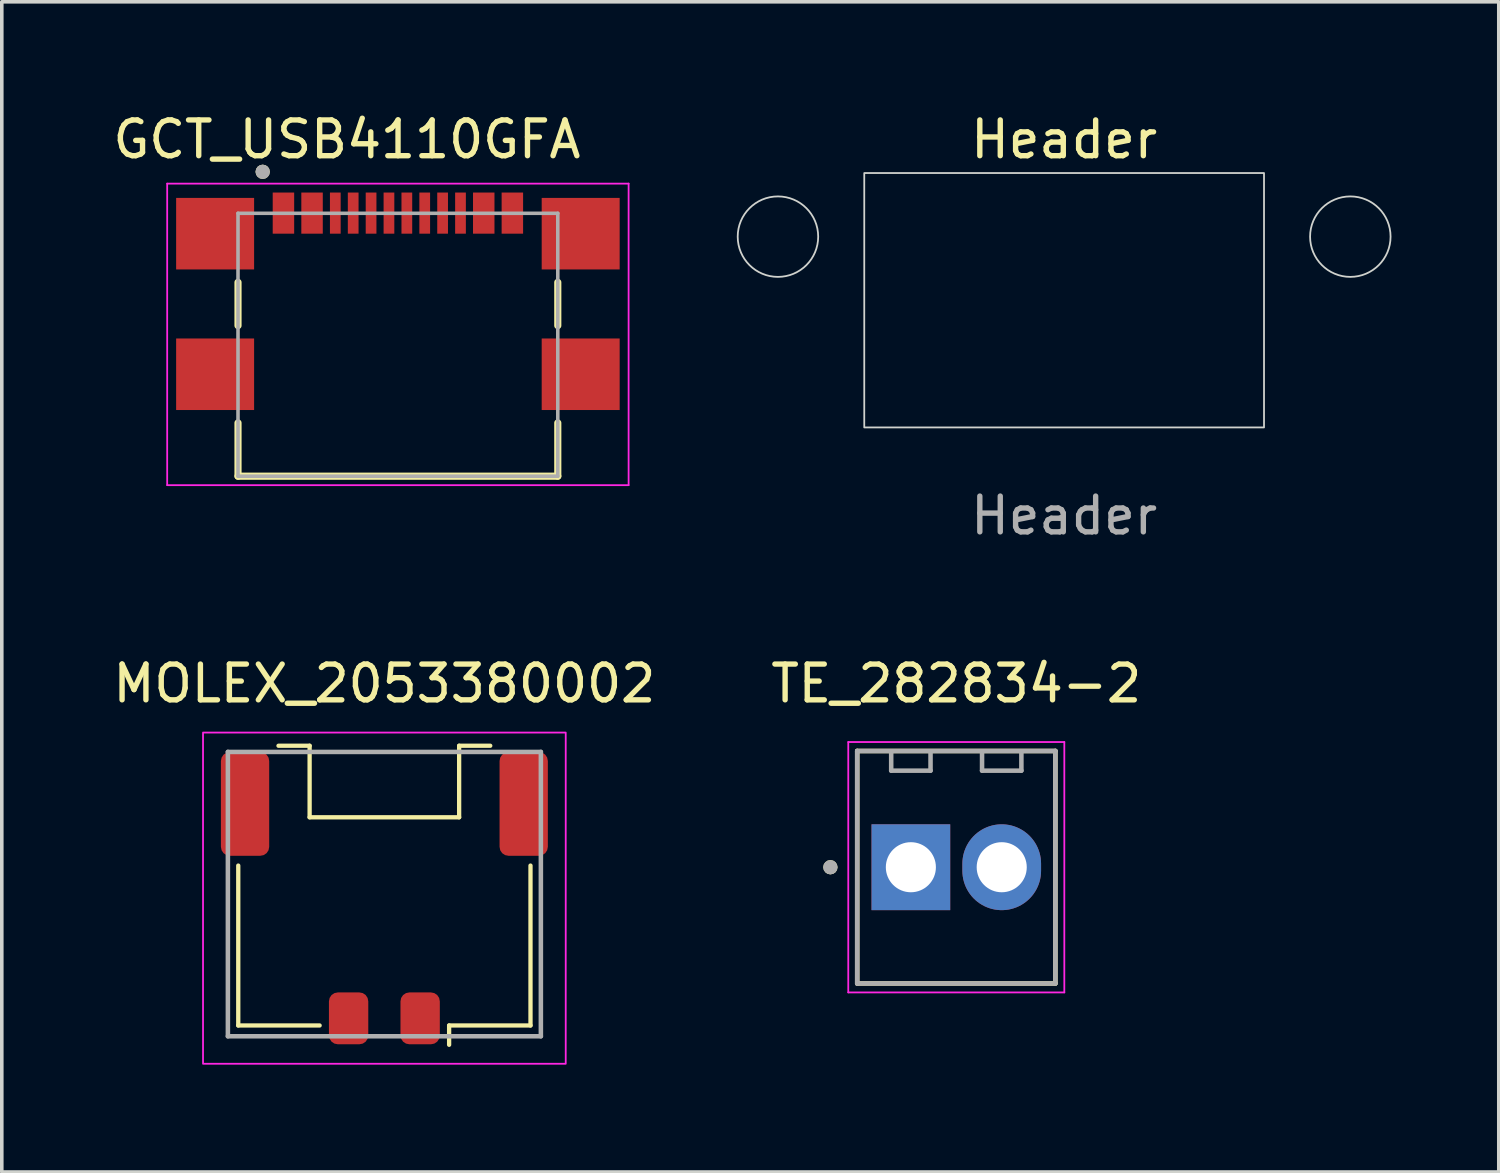
<source format=kicad_pcb>
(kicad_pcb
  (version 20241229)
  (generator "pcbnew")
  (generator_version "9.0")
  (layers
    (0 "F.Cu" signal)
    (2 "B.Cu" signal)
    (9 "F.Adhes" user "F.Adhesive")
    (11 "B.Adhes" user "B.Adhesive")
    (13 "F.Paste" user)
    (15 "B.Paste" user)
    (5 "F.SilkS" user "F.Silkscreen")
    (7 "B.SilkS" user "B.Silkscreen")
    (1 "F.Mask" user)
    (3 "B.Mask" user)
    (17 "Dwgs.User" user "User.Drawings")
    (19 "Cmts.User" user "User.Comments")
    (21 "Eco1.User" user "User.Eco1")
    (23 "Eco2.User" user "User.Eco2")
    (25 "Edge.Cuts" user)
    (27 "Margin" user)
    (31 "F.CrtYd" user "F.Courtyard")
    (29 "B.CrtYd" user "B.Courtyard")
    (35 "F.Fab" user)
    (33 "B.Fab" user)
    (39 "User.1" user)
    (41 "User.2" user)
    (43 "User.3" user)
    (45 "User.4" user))
  (footprint "TE_282834-2"
    (layer "F.Cu")
    (at 23.685 21.195)
    (property "Reference" "TE_282834-2" (at 0 -5.135 0) (layer "F.SilkS") (effects (font (size 1 1) (thickness 0.15))))
    (attr through_hole)
    (fp_line (start -2.77 -3.25) (end 2.77 -3.25) (stroke (width 0.127) (type solid)) (layer "F.SilkS"))
    (fp_line (start -2.77 3.25) (end -2.77 -3.25) (stroke (width 0.127) (type solid)) (layer "F.SilkS"))
    (fp_line (start 2.77 -3.25) (end 2.77 3.25) (stroke (width 0.127) (type solid)) (layer "F.SilkS"))
    (fp_line (start 2.77 3.25) (end -2.77 3.25) (stroke (width 0.127) (type solid)) (layer "F.SilkS"))
    (fp_circle (center -3.52 0) (end -3.42 0) (stroke (width 0.2) (type solid)) (fill no) (layer "F.SilkS"))
    (fp_line (start -3.02 -3.5) (end -3.02 3.5) (stroke (width 0.05) (type solid)) (layer "F.CrtYd"))
    (fp_line (start -3.02 3.5) (end 3.02 3.5) (stroke (width 0.05) (type solid)) (layer "F.CrtYd"))
    (fp_line (start 3.02 -3.5) (end -3.02 -3.5) (stroke (width 0.05) (type solid)) (layer "F.CrtYd"))
    (fp_line (start 3.02 3.5) (end 3.02 -3.5) (stroke (width 0.05) (type solid)) (layer "F.CrtYd"))
    (fp_line (start -2.77 -3.25) (end 2.77 -3.25) (stroke (width 0.127) (type solid)) (layer "F.Fab"))
    (fp_line (start -2.77 3.25) (end -2.77 -3.25) (stroke (width 0.127) (type solid)) (layer "F.Fab"))
    (fp_line (start -1.82 -2.7) (end -1.82 -3.2) (stroke (width 0.127) (type solid)) (layer "F.Fab"))
    (fp_line (start -1.82 -2.7) (end -0.72 -2.7) (stroke (width 0.127) (type solid)) (layer "F.Fab"))
    (fp_line (start -0.72 -2.7) (end -0.72 -3.2) (stroke (width 0.127) (type solid)) (layer "F.Fab"))
    (fp_line (start 0.72 -2.7) (end 0.72 -3.2) (stroke (width 0.127) (type solid)) (layer "F.Fab"))
    (fp_line (start 0.72 -2.7) (end 1.82 -2.7) (stroke (width 0.127) (type solid)) (layer "F.Fab"))
    (fp_line (start 1.82 -2.7) (end 1.82 -3.2) (stroke (width 0.127) (type solid)) (layer "F.Fab"))
    (fp_line (start 2.77 -3.25) (end 2.77 3.25) (stroke (width 0.127) (type solid)) (layer "F.Fab"))
    (fp_line (start 2.77 3.25) (end -2.77 3.25) (stroke (width 0.127) (type solid)) (layer "F.Fab"))
    (fp_circle (center -3.52 0) (end -3.42 0) (stroke (width 0.2) (type solid)) (fill no) (layer "F.Fab"))
    (pad "1" thru_hole rect (at -1.27 0) (size 2.2 2.4) (drill 1.4) (layers "*.Cu" "*.Mask"))
    (pad "2" thru_hole oval (at 1.27 0) (size 2.2 2.4) (drill 1.4) (layers "*.Cu" "*.Mask")))
  (footprint "MOLEX_2053380002"
    (layer "F.Cu")
    (at 7.696 22.06)
    (property "Reference" "MOLEX_2053380002" (at 0 -6 0) (layer "F.SilkS") (effects (font (size 1 1) (thickness 0.15))))
    (attr smd)
    (fp_line (start -4.085 -0.911) (end -4.085 3.559) (stroke (width 0.12) (type solid)) (layer "F.SilkS"))
    (fp_line (start -4.085 3.559) (end -1.81 3.559) (stroke (width 0.12) (type solid)) (layer "F.SilkS"))
    (fp_line (start -2.09 -4.261) (end -2.96 -4.261) (stroke (width 0.12) (type solid)) (layer "F.SilkS"))
    (fp_line (start -2.09 -2.261) (end -2.09 -4.261) (stroke (width 0.12) (type solid)) (layer "F.SilkS"))
    (fp_line (start 1.81 3.559) (end 1.81 4.099) (stroke (width 0.12) (type solid)) (layer "F.SilkS"))
    (fp_line (start 2.09 -4.261) (end 2.09 -2.261) (stroke (width 0.12) (type solid)) (layer "F.SilkS"))
    (fp_line (start 2.09 -2.261) (end -2.09 -2.261) (stroke (width 0.12) (type solid)) (layer "F.SilkS"))
    (fp_line (start 2.96 -4.261) (end 2.09 -4.261) (stroke (width 0.12) (type solid)) (layer "F.SilkS"))
    (fp_line (start 4.085 3.559) (end 1.81 3.559) (stroke (width 0.12) (type solid)) (layer "F.SilkS"))
    (fp_line (start 4.085 -0.911) (end 4.085 3.559) (stroke (width 0.12) (type solid)) (layer "F.SilkS"))
    (fp_rect (start -5.07 -4.63) (end 5.07 4.63) (stroke (width 0.05) (type default)) (fill no) (layer "F.CrtYd"))
    (fp_line (start -4.375 -4.089) (end 4.375 -4.089) (stroke (width 0.127) (type solid)) (layer "F.Fab"))
    (fp_line (start -4.375 3.861) (end -4.375 -4.089) (stroke (width 0.127) (type solid)) (layer "F.Fab"))
    (fp_line (start 4.375 -4.089) (end 4.375 3.861) (stroke (width 0.127) (type solid)) (layer "F.Fab"))
    (fp_line (start 4.375 3.861) (end -4.375 3.861) (stroke (width 0.127) (type solid)) (layer "F.Fab"))
    (pad "1" smd roundrect (at 1 3.36) (size 1.1 1.45) (layers "F.Cu" "F.Mask" "F.Paste") (roundrect_rratio 0.227))
    (pad "2" smd roundrect (at -1 3.36) (size 1.1 1.45) (layers "F.Cu" "F.Mask" "F.Paste") (roundrect_rratio 0.227))
    (pad "MP" smd roundrect (at -3.895 -2.635) (size 1.35 2.9) (layers "F.Cu" "F.Mask" "F.Paste") (roundrect_rratio 0.185))
    (pad "MP" smd roundrect (at 3.895 -2.635) (size 1.35 2.9) (layers "F.Cu" "F.Mask" "F.Paste") (roundrect_rratio 0.185)))
  (footprint "GCT_USB4110GFA"
    (layer "F.Cu")
    (at 8.074 3.983)
    (property "Reference" "GCT_USB4110GFA" (at -1.425 -3.135 180) (layer "F.SilkS") (effects (font (size 1 1) (thickness 0.15))))
    (attr smd)
    (fp_line (start -4.47 0.86) (end -4.47 2.07) (stroke (width 0.2) (type solid)) (layer "F.SilkS"))
    (fp_line (start -4.47 4.79) (end -4.47 6.28) (stroke (width 0.2) (type solid)) (layer "F.SilkS"))
    (fp_line (start -4.47 6.28) (end 4.47 6.28) (stroke (width 0.2) (type solid)) (layer "F.SilkS"))
    (fp_line (start 4.47 0.86) (end 4.47 2.07) (stroke (width 0.2) (type solid)) (layer "F.SilkS"))
    (fp_line (start 4.47 6.28) (end 4.47 4.79) (stroke (width 0.2) (type solid)) (layer "F.SilkS"))
    (fp_circle (center -3.78 -2.23) (end -3.68 -2.23) (stroke (width 0.2) (type solid)) (fill no) (layer "F.SilkS"))
    (fp_line (start -6.45 -1.9) (end 6.45 -1.9) (stroke (width 0.05) (type solid)) (layer "F.CrtYd"))
    (fp_line (start -6.45 6.53) (end -6.45 -1.9) (stroke (width 0.05) (type solid)) (layer "F.CrtYd"))
    (fp_line (start 6.45 -1.9) (end 6.45 6.53) (stroke (width 0.05) (type solid)) (layer "F.CrtYd"))
    (fp_line (start 6.45 6.53) (end -6.45 6.53) (stroke (width 0.05) (type solid)) (layer "F.CrtYd"))
    (fp_line (start -4.47 -1.07) (end -4.47 6.28) (stroke (width 0.1) (type solid)) (layer "F.Fab"))
    (fp_line (start -4.47 6.28) (end 4.47 6.28) (stroke (width 0.1) (type solid)) (layer "F.Fab"))
    (fp_line (start 4.47 -1.07) (end -4.47 -1.07) (stroke (width 0.1) (type solid)) (layer "F.Fab"))
    (fp_line (start 4.47 6.28) (end 4.47 -1.07) (stroke (width 0.1) (type solid)) (layer "F.Fab"))
    (fp_circle (center -3.78 -2.23) (end -3.68 -2.23) (stroke (width 0.2) (type solid)) (fill no) (layer "F.Fab"))
    (pad "A1/B12" smd rect (at -3.2 -1.075) (size 0.6 1.15) (layers "F.Cu" "F.Mask" "F.Paste"))
    (pad "A4/B9" smd rect (at -2.4 -1.075) (size 0.6 1.15) (layers "F.Cu" "F.Mask" "F.Paste"))
    (pad "A5" smd rect (at -1.25 -1.075) (size 0.3 1.15) (layers "F.Cu" "F.Mask" "F.Paste"))
    (pad "A6" smd rect (at -0.25 -1.075) (size 0.3 1.15) (layers "F.Cu" "F.Mask" "F.Paste"))
    (pad "A7" smd rect (at 0.25 -1.075) (size 0.3 1.15) (layers "F.Cu" "F.Mask" "F.Paste"))
    (pad "A8" smd rect (at 1.25 -1.075) (size 0.3 1.15) (layers "F.Cu" "F.Mask" "F.Paste"))
    (pad "B1/A12" smd rect (at 3.2 -1.075) (size 0.6 1.15) (layers "F.Cu" "F.Mask" "F.Paste"))
    (pad "B4/A9" smd rect (at 2.4 -1.075) (size 0.6 1.15) (layers "F.Cu" "F.Mask" "F.Paste"))
    (pad "B5" smd rect (at 1.75 -1.075) (size 0.3 1.15) (layers "F.Cu" "F.Mask" "F.Paste"))
    (pad "B6" smd rect (at 0.75 -1.075) (size 0.3 1.15) (layers "F.Cu" "F.Mask" "F.Paste"))
    (pad "B7" smd rect (at -0.75 -1.075) (size 0.3 1.15) (layers "F.Cu" "F.Mask" "F.Paste"))
    (pad "B8" smd rect (at -1.75 -1.075) (size 0.3 1.15) (layers "F.Cu" "F.Mask" "F.Paste"))
    (pad "S1" smd rect (at -5.11 -0.5) (size 2.18 2) (layers "F.Cu" "F.Mask" "F.Paste"))
    (pad "S2" smd rect (at 5.11 -0.5) (size 2.18 2) (layers "F.Cu" "F.Mask" "F.Paste"))
    (pad "S3" smd rect (at -5.11 3.43) (size 2.18 2) (layers "F.Cu" "F.Mask" "F.Paste"))
    (pad "S4" smd rect (at 5.11 3.43) (size 2.18 2) (layers "F.Cu" "F.Mask" "F.Paste")))
  (footprint "Header"
    (layer "F.Cu")
    (at 26.7 3.566)
    (property "Reference" "Header" (at 0 -2.718 0) (unlocked yes) (layer "F.SilkS") (effects (font (size 1 1) (thickness 0.15))))
    (attr smd)
    (fp_rect (start -5.588 -1.778) (end 5.588 5.334) (stroke (width 0.05) (type default)) (fill no) (layer "Edge.Cuts"))
    (fp_circle (center -8.001 0) (end -6.876 0) (stroke (width 0.05) (type solid)) (fill no) (layer "Edge.Cuts"))
    (fp_circle (center 8.001 0) (end 9.126 0) (stroke (width 0.05) (type solid)) (fill no) (layer "Edge.Cuts"))
    (fp_text user "${REFERENCE}" (at 0 7.798 0) (unlocked yes) (layer "F.Fab") (effects (font (size 1 1) (thickness 0.15)))))
  (gr_rect
    (start -3 -3)
    (end 38.851 29.715)
    (stroke (width 0.1) (type default))
    (fill no)
    (layer "Edge.Cuts")))
</source>
